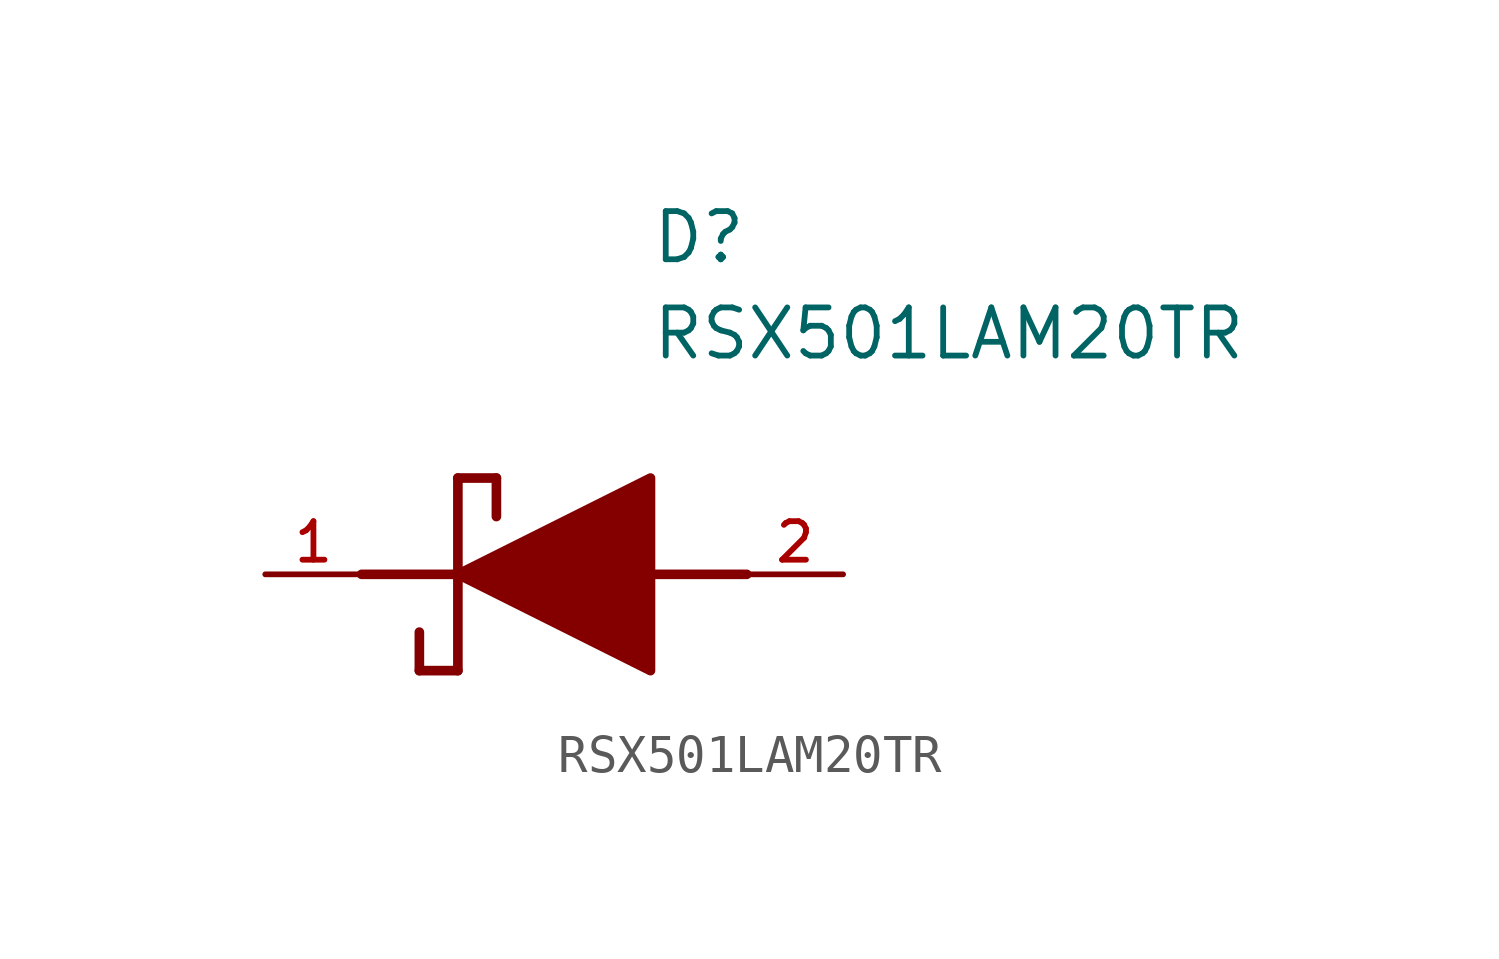
<source format=kicad_sym>
(kicad_symbol_lib
  (version 20211014)
  (generator kicad_symbol_editor)
  (symbol "RSX501LAM20TR"
    (pin_names
      (offset 1.016))
    (property "Reference" "D"
      (at 1.7 8.89 0)
      (effects (font (size 1.27 1.27)) (justify left)))
    (property "Value" "RSX501LAM20TR"
      (at 1.7 6.35 0)
      (effects (font (size 1.27 1.27)) (justify left)))
    (symbol "RSX501LAM20TR_0_0"
      (polyline (pts (xy -3.38 2.54) (xy -3.38 -2.54)) (stroke (width 0.254)))
      (polyline (pts (xy -3.38 2.54) (xy -2.364 2.54)) (stroke (width 0.254)))
      (polyline (pts (xy -2.364 1.524) (xy -2.364 2.54)) (stroke (width 0.254)))
      (polyline (pts (xy -3.38 -2.54) (xy -4.396 -2.54)) (stroke (width 0.254)))
      (polyline (pts (xy -4.396 -1.524) (xy -4.396 -2.54)) (stroke (width 0.254)))
      (polyline (pts (xy -5.92 0.0) (xy -3.38 0.0)) (stroke (width 0.254)))
      (polyline (pts (xy 1.7 0.0) (xy 4.24 0.0)) (stroke (width 0.254)))
      (polyline (pts (xy -3.38 0.0) (xy 1.7 2.54) (xy 1.7 -2.54) (xy -3.38 0.0)) (stroke (width 0.254)) (fill (type outline)))
      (pin bidirectional line (at -8.46 0.0 0) (length 2.54) (name "~" (effects (font (size 1.016 1.016)))) (number "1" (effects (font (size 1.016 1.016)))))
      (pin bidirectional line (at 6.78 0.0 180.0) (length 2.54) (name "~" (effects (font (size 1.016 1.016)))) (number "2" (effects (font (size 1.016 1.016))))))))
</source>
